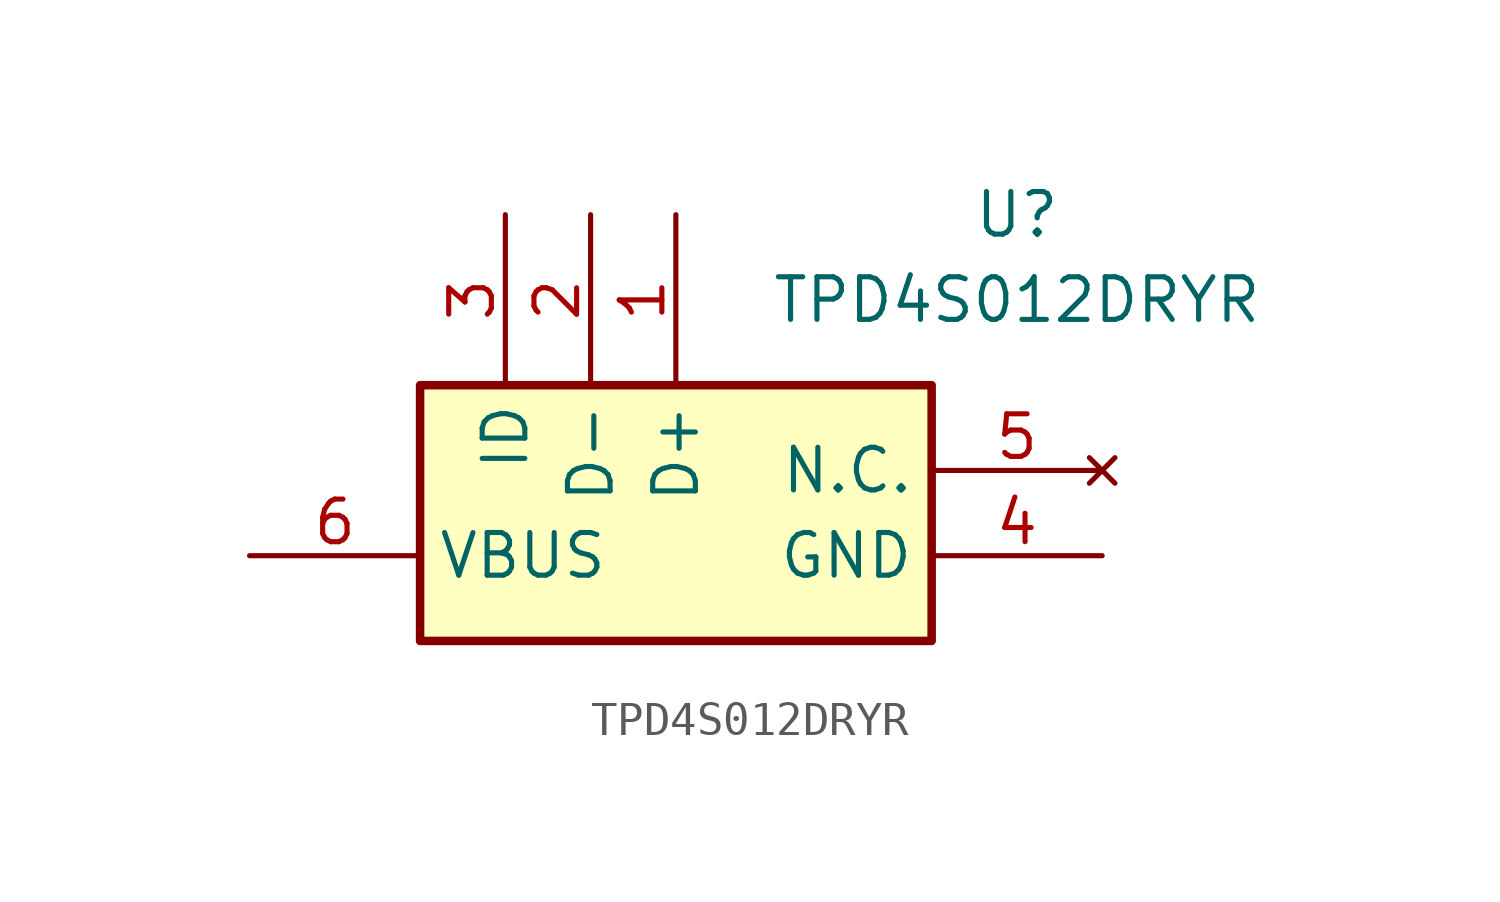
<source format=kicad_sym>
(kicad_symbol_lib
  (version 20231120)
  (generator "kicad_symbol_editor")
  (generator_version "8.0")
  (symbol "TPD4S012DRYR"
    (property "Reference" "U"
      (at 10.16 7.62 0)
      (effects (font (size 1.27 1.27))))
    (property "Value" "TPD4S012DRYR"
      (at 10.16 5.08 0)
      (effects (font (size 1.27 1.27))))
    (symbol "TPD4S012DRYR_1_1"
      (rectangle (start -7.62 2.54) (end 7.62 -5.08) (stroke (width 0.254) (type default)) (fill (type background)))
      (pin passive line (at 0 7.62 270) (length 5.08) (name "D+" (effects (font (size 1.27 1.27)))) (number "1" (effects (font (size 1.27 1.27)))))
      (pin passive line (at -2.54 7.62 270) (length 5.08) (name "D-" (effects (font (size 1.27 1.27)))) (number "2" (effects (font (size 1.27 1.27)))))
      (pin passive line (at -5.08 7.62 270) (length 5.08) (name "ID" (effects (font (size 1.27 1.27)))) (number "3" (effects (font (size 1.27 1.27)))))
      (pin passive line (at 12.7 -2.54 180) (length 5.08) (name "GND" (effects (font (size 1.27 1.27)))) (number "4" (effects (font (size 1.27 1.27)))))
      (pin no_connect line (at 12.7 0 180) (length 5.08) (name "N.C." (effects (font (size 1.27 1.27)))) (number "5" (effects (font (size 1.27 1.27)))))
      (pin passive line (at -12.7 -2.54 0) (length 5.08) (name "VBUS" (effects (font (size 1.27 1.27)))) (number "6" (effects (font (size 1.27 1.27))))))))
</source>
